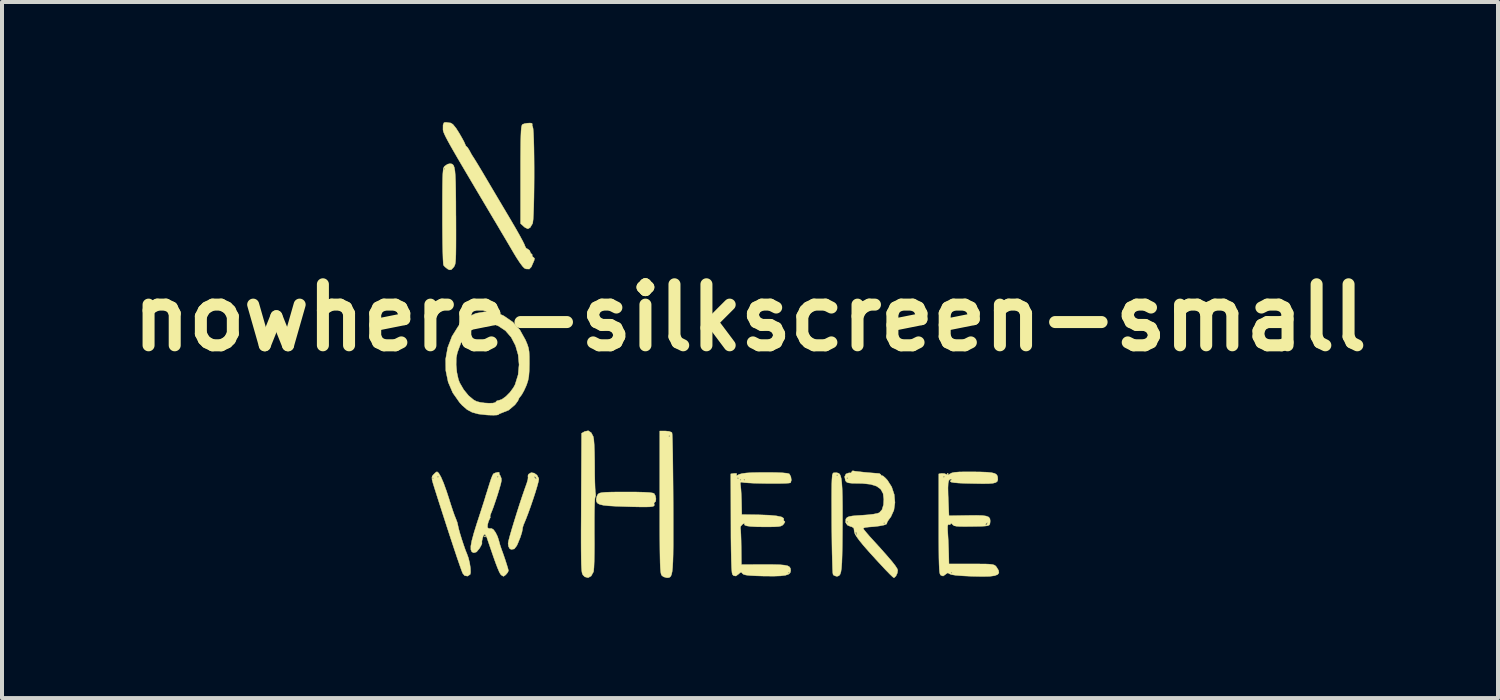
<source format=kicad_pcb>
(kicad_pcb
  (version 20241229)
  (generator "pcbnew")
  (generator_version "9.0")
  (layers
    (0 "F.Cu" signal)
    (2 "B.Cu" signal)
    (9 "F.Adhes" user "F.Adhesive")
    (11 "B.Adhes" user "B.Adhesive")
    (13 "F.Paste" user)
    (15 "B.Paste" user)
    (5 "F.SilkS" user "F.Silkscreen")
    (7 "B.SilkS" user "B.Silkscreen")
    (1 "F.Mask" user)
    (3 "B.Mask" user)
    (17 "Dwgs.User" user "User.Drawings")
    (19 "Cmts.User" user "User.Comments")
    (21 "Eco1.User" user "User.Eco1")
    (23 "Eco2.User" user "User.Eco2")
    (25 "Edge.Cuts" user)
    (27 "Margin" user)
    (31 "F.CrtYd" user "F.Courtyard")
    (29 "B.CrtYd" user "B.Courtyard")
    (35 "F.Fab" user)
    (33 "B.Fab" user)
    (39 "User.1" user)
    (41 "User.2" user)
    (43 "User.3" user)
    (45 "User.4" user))
  (footprint "nowhere-silkscreen-small"
    (layer "F.Cu")
    (at 15.683 4.885)
    (property "Reference" "nowhere-silkscreen-small" (at 0 0 0) (layer "F.SilkS") (effects (font (size 1.524 1.524) (thickness 0.3))))
    (attr through_hole)
    (fp_poly (pts (xy -6.604 5.461) (xy -6.62 5.479) (xy -6.636 5.461) (xy -6.62 5.443)) (stroke (width 0.01) (type solid)) (fill yes) (layer "F.SilkS"))
    (fp_poly (pts (xy 4.953 3.901) (xy 4.937 3.919) (xy 4.921 3.901) (xy 4.937 3.883)) (stroke (width 0.01) (type solid)) (fill yes) (layer "F.SilkS"))
    (fp_poly (pts (xy -5.446 -4.855) (xy -5.44 -4.838) (xy -5.441 -4.794) (xy -5.428 -4.77) (xy -5.418 -4.72) (xy -5.409 -4.608) (xy -5.402 -4.445) (xy -5.397 -4.242) (xy -5.394 -4.009) (xy -5.392 -3.758) (xy -5.392 -3.498) (xy -5.394 -3.241) (xy -5.397 -2.997) (xy -5.402 -2.777) (xy -5.409 -2.591) (xy -5.417 -2.451) (xy -5.427 -2.368) (xy -5.432 -2.352) (xy -5.49 -2.253) (xy -5.548 -2.22) (xy -5.619 -2.252) (xy -5.656 -2.283) (xy -5.731 -2.352) (xy -5.731 -3.572) (xy -5.731 -3.908) (xy -5.729 -4.178) (xy -5.727 -4.39) (xy -5.723 -4.55) (xy -5.718 -4.666) (xy -5.711 -4.745) (xy -5.701 -4.794) (xy -5.69 -4.821) (xy -5.683 -4.827) (xy -5.634 -4.846) (xy -5.564 -4.858) (xy -5.494 -4.862)) (stroke (width 0.01) (type solid)) (fill yes) (layer "F.SilkS"))
    (fp_poly (pts (xy -2.844 4.354) (xy -2.649 4.359) (xy -2.51 4.367) (xy -2.425 4.38) (xy -2.394 4.393) (xy -2.363 4.45) (xy -2.35 4.524) (xy -2.357 4.587) (xy -2.38 4.608) (xy -2.399 4.634) (xy -2.394 4.658) (xy -2.39 4.684) (xy -2.402 4.703) (xy -2.438 4.716) (xy -2.504 4.724) (xy -2.607 4.727) (xy -2.755 4.726) (xy -2.955 4.722) (xy -3.115 4.717) (xy -3.35 4.709) (xy -3.528 4.699) (xy -3.658 4.685) (xy -3.747 4.665) (xy -3.803 4.638) (xy -3.831 4.602) (xy -3.841 4.554) (xy -3.842 4.538) (xy -3.824 4.459) (xy -3.802 4.415) (xy -3.782 4.395) (xy -3.749 4.379) (xy -3.692 4.368) (xy -3.605 4.36) (xy -3.478 4.356) (xy -3.303 4.353) (xy -3.101 4.353)) (stroke (width 0.01) (type solid)) (fill yes) (layer "F.SilkS"))
    (fp_poly (pts (xy -3.966 2.873) (xy -3.915 2.971) (xy -3.902 3.042) (xy -3.892 3.174) (xy -3.885 3.356) (xy -3.881 3.576) (xy -3.88 3.708) (xy -3.879 3.918) (xy -3.875 4.104) (xy -3.87 4.253) (xy -3.864 4.353) (xy -3.858 4.39) (xy -3.855 4.451) (xy -3.866 4.474) (xy -3.875 4.522) (xy -3.881 4.634) (xy -3.886 4.801) (xy -3.888 5.012) (xy -3.888 5.26) (xy -3.888 5.386) (xy -3.886 5.65) (xy -3.888 5.886) (xy -3.892 6.085) (xy -3.898 6.235) (xy -3.906 6.327) (xy -3.91 6.347) (xy -3.968 6.452) (xy -4.044 6.494) (xy -4.126 6.472) (xy -4.171 6.428) (xy -4.183 6.407) (xy -4.194 6.376) (xy -4.202 6.327) (xy -4.208 6.254) (xy -4.213 6.152) (xy -4.216 6.013) (xy -4.218 5.833) (xy -4.219 5.603) (xy -4.219 5.319) (xy -4.217 4.974) (xy -4.216 4.624) (xy -4.207 2.887) (xy -4.131 2.843) (xy -4.04 2.823)) (stroke (width 0.01) (type solid)) (fill yes) (layer "F.SilkS"))
    (fp_poly (pts (xy -2.023 2.839) (xy -1.96 2.862) (xy -1.949 2.874) (xy -1.944 2.918) (xy -1.939 3.027) (xy -1.935 3.194) (xy -1.93 3.412) (xy -1.927 3.673) (xy -1.924 3.97) (xy -1.921 4.296) (xy -1.919 4.624) (xy -1.918 5.04) (xy -1.918 5.39) (xy -1.918 5.678) (xy -1.921 5.911) (xy -1.926 6.095) (xy -1.934 6.236) (xy -1.945 6.339) (xy -1.96 6.41) (xy -1.979 6.456) (xy -2.003 6.481) (xy -2.032 6.492) (xy -2.068 6.495) (xy -2.078 6.495) (xy -2.16 6.472) (xy -2.204 6.438) (xy -2.216 6.418) (xy -2.225 6.384) (xy -2.233 6.328) (xy -2.24 6.245) (xy -2.245 6.129) (xy -2.248 5.975) (xy -2.251 5.775) (xy -2.253 5.524) (xy -2.254 5.215) (xy -2.254 4.844) (xy -2.254 4.606) (xy -2.254 2.957) (xy -2.032 2.957) (xy -2.016 2.975) (xy -2 2.957) (xy -2.016 2.939) (xy -2.032 2.957) (xy -2.254 2.957) (xy -2.254 2.83) (xy -2.113 2.83)) (stroke (width 0.01) (type solid)) (fill yes) (layer "F.SilkS"))
    (fp_poly (pts (xy 2.211 3.885) (xy 2.239 3.906) (xy 2.261 3.95) (xy 2.279 4.021) (xy 2.292 4.127) (xy 2.301 4.273) (xy 2.307 4.467) (xy 2.31 4.715) (xy 2.31 5.022) (xy 2.308 5.375) (xy 2.305 5.684) (xy 2.3 5.929) (xy 2.294 6.116) (xy 2.284 6.253) (xy 2.27 6.348) (xy 2.25 6.409) (xy 2.224 6.442) (xy 2.191 6.456) (xy 2.157 6.459) (xy 2.094 6.436) (xy 2.074 6.413) (xy 2.067 6.368) (xy 2.061 6.258) (xy 2.056 6.093) (xy 2.05 5.882) (xy 2.046 5.633) (xy 2.043 5.355) (xy 2.041 5.129) (xy 2.04 4.796) (xy 2.039 4.528) (xy 2.04 4.318) (xy 2.042 4.159) (xy 2.046 4.044) (xy 2.052 3.965) (xy 2.056 3.937) (xy 2.159 3.937) (xy 2.175 3.955) (xy 2.191 3.937) (xy 2.175 3.919) (xy 2.159 3.937) (xy 2.056 3.937) (xy 2.06 3.915) (xy 2.071 3.888) (xy 2.084 3.876) (xy 2.09 3.874) (xy 2.165 3.872)) (stroke (width 0.01) (type solid)) (fill yes) (layer "F.SilkS"))
    (fp_poly (pts (xy -5.391 3.882) (xy -5.321 3.932) (xy -5.279 4.009) (xy -5.275 4.036) (xy -5.286 4.097) (xy -5.316 4.209) (xy -5.361 4.359) (xy -5.417 4.53) (xy -5.478 4.709) (xy -5.54 4.881) (xy -5.597 5.03) (xy -5.644 5.143) (xy -5.653 5.161) (xy -5.679 5.244) (xy -5.683 5.283) (xy -5.698 5.361) (xy -5.736 5.48) (xy -5.792 5.619) (xy -5.825 5.694) (xy -5.888 5.775) (xy -5.963 5.788) (xy -6.002 5.769) (xy -6.032 5.714) (xy -6.042 5.637) (xy -6.031 5.575) (xy -6.001 5.459) (xy -5.955 5.299) (xy -5.897 5.108) (xy -5.832 4.898) (xy -5.763 4.681) (xy -5.693 4.469) (xy -5.626 4.275) (xy -5.575 4.132) (xy -5.549 4.044) (xy -5.543 3.986) (xy -5.546 3.979) (xy -5.546 3.966) (xy -5.392 3.966) (xy -5.385 3.986) (xy -5.353 4.025) (xy -5.334 4.017) (xy -5.334 4.012) (xy -5.357 3.981) (xy -5.371 3.97) (xy -5.392 3.966) (xy -5.546 3.966) (xy -5.545 3.937) (xy -5.529 3.907) (xy -5.467 3.87)) (stroke (width 0.01) (type solid)) (fill yes) (layer "F.SilkS"))
    (fp_poly (pts (xy -7.463 -3.844) (xy -7.431 -3.832) (xy -7.405 -3.803) (xy -7.386 -3.75) (xy -7.371 -3.668) (xy -7.361 -3.547) (xy -7.354 -3.383) (xy -7.35 -3.167) (xy -7.347 -2.892) (xy -7.346 -2.553) (xy -7.345 -2.532) (xy -7.344 -2.206) (xy -7.344 -1.945) (xy -7.345 -1.741) (xy -7.347 -1.586) (xy -7.351 -1.472) (xy -7.357 -1.392) (xy -7.366 -1.337) (xy -7.379 -1.3) (xy -7.394 -1.273) (xy -7.409 -1.254) (xy -7.463 -1.199) (xy -7.51 -1.195) (xy -7.553 -1.217) (xy -7.62 -1.27) (xy -7.656 -1.312) (xy -7.662 -1.359) (xy -7.668 -1.47) (xy -7.673 -1.635) (xy -7.678 -1.845) (xy -7.681 -2.093) (xy -7.683 -2.368) (xy -7.683 -2.543) (xy -7.683 -2.869) (xy -7.682 -3.13) (xy -7.68 -3.333) (xy -7.677 -3.487) (xy -7.672 -3.599) (xy -7.665 -3.677) (xy -7.658 -3.719) (xy -7.652 -3.719) (xy -7.636 -3.701) (xy -7.62 -3.719) (xy -7.636 -3.737) (xy -7.652 -3.719) (xy -7.658 -3.719) (xy -7.656 -3.729) (xy -7.644 -3.762) (xy -7.628 -3.783) (xy -7.625 -3.786) (xy -7.554 -3.834) (xy -7.502 -3.846)) (stroke (width 0.01) (type solid)) (fill yes) (layer "F.SilkS"))
    (fp_poly (pts (xy -7.776 3.881) (xy -7.72 3.977) (xy -7.654 4.129) (xy -7.582 4.328) (xy -7.526 4.499) (xy -7.472 4.671) (xy -7.421 4.825) (xy -7.379 4.944) (xy -7.352 5.009) (xy -7.313 5.111) (xy -7.295 5.191) (xy -7.278 5.269) (xy -7.244 5.392) (xy -7.199 5.538) (xy -7.15 5.686) (xy -7.105 5.814) (xy -7.071 5.896) (xy -7.033 6.002) (xy -7.002 6.13) (xy -6.983 6.256) (xy -6.979 6.359) (xy -6.99 6.412) (xy -7.056 6.455) (xy -7.129 6.441) (xy -7.176 6.385) (xy -7.204 6.314) (xy -7.251 6.182) (xy -7.315 5.997) (xy -7.392 5.766) (xy -7.481 5.497) (xy -7.579 5.197) (xy -7.683 4.874) (xy -7.792 4.535) (xy -7.876 4.27) (xy -7.919 4.131) (xy -7.942 4.043) (xy -7.944 4.01) (xy -7.938 4.01) (xy -7.922 4.028) (xy -7.906 4.01) (xy -7.922 3.991) (xy -7.938 4.01) (xy -7.944 4.01) (xy -7.945 3.989) (xy -7.94 3.973) (xy -7.811 3.973) (xy -7.795 3.991) (xy -7.779 3.973) (xy -7.795 3.955) (xy -7.811 3.973) (xy -7.94 3.973) (xy -7.932 3.951) (xy -7.904 3.917) (xy -7.85 3.865) (xy -7.818 3.847)) (stroke (width 0.01) (type solid)) (fill yes) (layer "F.SilkS"))
    (fp_poly (pts (xy -7.515 -4.868) (xy -7.477 -4.864) (xy -7.421 -4.829) (xy -7.341 -4.731) (xy -7.263 -4.608) (xy -7.194 -4.488) (xy -7.141 -4.39) (xy -7.114 -4.328) (xy -7.112 -4.319) (xy -7.093 -4.283) (xy -7.087 -4.282) (xy -7.057 -4.253) (xy -7.012 -4.183) (xy -7.002 -4.164) (xy -6.958 -4.082) (xy -6.927 -4.032) (xy -6.924 -4.028) (xy -6.901 -3.993) (xy -6.848 -3.908) (xy -6.772 -3.783) (xy -6.679 -3.628) (xy -6.588 -3.474) (xy -6.454 -3.247) (xy -6.3 -2.987) (xy -6.142 -2.721) (xy -5.996 -2.475) (xy -5.945 -2.388) (xy -5.841 -2.21) (xy -5.751 -2.05) (xy -5.68 -1.919) (xy -5.635 -1.828) (xy -5.62 -1.787) (xy -5.593 -1.737) (xy -5.556 -1.716) (xy -5.505 -1.679) (xy -5.493 -1.647) (xy -5.473 -1.601) (xy -5.459 -1.597) (xy -5.439 -1.575) (xy -5.443 -1.564) (xy -5.434 -1.526) (xy -5.412 -1.51) (xy -5.382 -1.482) (xy -5.393 -1.428) (xy -5.402 -1.407) (xy -5.44 -1.321) (xy -5.461 -1.27) (xy -5.514 -1.215) (xy -5.597 -1.219) (xy -5.637 -1.238) (xy -5.68 -1.282) (xy -5.748 -1.373) (xy -5.829 -1.496) (xy -5.897 -1.608) (xy -5.984 -1.756) (xy -6.095 -1.945) (xy -6.22 -2.155) (xy -6.344 -2.366) (xy -6.405 -2.467) (xy -6.648 -2.877) (xy -6.858 -3.231) (xy -7.037 -3.534) (xy -7.188 -3.79) (xy -7.313 -4.003) (xy -7.414 -4.178) (xy -7.494 -4.319) (xy -7.555 -4.43) (xy -7.6 -4.516) (xy -7.631 -4.581) (xy -7.651 -4.629) (xy -7.663 -4.664) (xy -7.667 -4.692) (xy -7.668 -4.696) (xy -7.667 -4.814) (xy -7.643 -4.872) (xy -7.594 -4.88)) (stroke (width 0.01) (type solid)) (fill yes) (layer "F.SilkS"))
    (fp_poly (pts (xy -6.265 3.87) (xy -6.262 3.909) (xy -6.242 3.939) (xy -6.212 4.011) (xy -6.209 4.071) (xy -6.225 4.148) (xy -6.26 4.272) (xy -6.306 4.423) (xy -6.358 4.581) (xy -6.408 4.727) (xy -6.451 4.84) (xy -6.463 4.866) (xy -6.489 4.937) (xy -6.492 4.971) (xy -6.49 4.971) (xy -6.487 4.993) (xy -6.5 5.016) (xy -6.531 5.085) (xy -6.553 5.162) (xy -6.558 5.238) (xy -6.524 5.267) (xy -6.456 5.265) (xy -6.411 5.29) (xy -6.357 5.363) (xy -6.307 5.463) (xy -6.273 5.568) (xy -6.244 5.676) (xy -6.204 5.795) (xy -6.2 5.804) (xy -6.162 5.909) (xy -6.119 6.034) (xy -6.079 6.158) (xy -6.048 6.259) (xy -6.034 6.317) (xy -6.034 6.32) (xy -6.055 6.366) (xy -6.102 6.422) (xy -6.15 6.457) (xy -6.16 6.459) (xy -6.202 6.436) (xy -6.232 6.407) (xy -6.262 6.353) (xy -6.307 6.248) (xy -6.361 6.106) (xy -6.412 5.962) (xy -6.468 5.798) (xy -6.518 5.652) (xy -6.556 5.542) (xy -6.574 5.488) (xy -6.607 5.425) (xy -6.633 5.407) (xy -6.656 5.437) (xy -6.681 5.506) (xy -6.697 5.582) (xy -6.696 5.63) (xy -6.694 5.633) (xy -6.704 5.665) (xy -6.741 5.734) (xy -6.758 5.762) (xy -6.83 5.85) (xy -6.898 5.872) (xy -6.901 5.871) (xy -6.948 5.849) (xy -6.972 5.795) (xy -6.973 5.704) (xy -6.948 5.568) (xy -6.898 5.382) (xy -6.822 5.137) (xy -6.809 5.098) (xy -6.748 4.911) (xy -6.695 4.747) (xy -6.654 4.619) (xy -6.628 4.538) (xy -6.622 4.518) (xy -6.603 4.453) (xy -6.595 4.427) (xy -6.575 4.366) (xy -6.542 4.26) (xy -6.506 4.145) (xy -6.467 4.026) (xy -6.446 3.973) (xy -6.318 3.973) (xy -6.302 3.991) (xy -6.287 3.973) (xy -6.302 3.955) (xy -6.318 3.973) (xy -6.446 3.973) (xy -6.431 3.937) (xy -6.409 3.898) (xy -6.364 3.877) (xy -6.309 3.863) (xy -6.269 3.86)) (stroke (width 0.01) (type solid)) (fill yes) (layer "F.SilkS"))
    (fp_poly (pts (xy -6.401 -0.132) (xy -6.185 -0.063) (xy -6.144 -0.042) (xy -5.924 0.11) (xy -5.748 0.307) (xy -5.609 0.556) (xy -5.563 0.664) (xy -5.534 0.754) (xy -5.518 0.848) (xy -5.512 0.969) (xy -5.511 1.139) (xy -5.511 1.148) (xy -5.515 1.331) (xy -5.525 1.463) (xy -5.545 1.568) (xy -5.577 1.667) (xy -5.595 1.712) (xy -5.648 1.827) (xy -5.699 1.918) (xy -5.727 1.956) (xy -5.769 2.009) (xy -5.779 2.035) (xy -5.799 2.078) (xy -5.85 2.148) (xy -5.873 2.177) (xy -6.029 2.309) (xy -6.205 2.379) (xy -6.265 2.404) (xy -6.284 2.421) (xy -6.322 2.431) (xy -6.408 2.435) (xy -6.526 2.432) (xy -6.588 2.428) (xy -6.786 2.405) (xy -6.94 2.363) (xy -7.067 2.295) (xy -7.186 2.192) (xy -7.253 2.119) (xy -7.424 1.876) (xy -7.539 1.608) (xy -7.598 1.324) (xy -7.6 1.181) (xy -7.34 1.181) (xy -7.322 1.367) (xy -7.285 1.537) (xy -7.254 1.621) (xy -7.153 1.796) (xy -7.03 1.947) (xy -6.9 2.055) (xy -6.828 2.092) (xy -6.737 2.115) (xy -6.628 2.13) (xy -6.518 2.136) (xy -6.423 2.133) (xy -6.363 2.119) (xy -6.35 2.105) (xy -6.323 2.076) (xy -6.282 2.068) (xy -6.198 2.04) (xy -6.096 1.966) (xy -5.994 1.863) (xy -5.908 1.745) (xy -5.868 1.671) (xy -5.792 1.426) (xy -5.768 1.173) (xy -5.791 0.926) (xy -5.858 0.694) (xy -5.965 0.489) (xy -6.109 0.323) (xy -6.286 0.206) (xy -6.353 0.18) (xy -6.517 0.149) (xy -6.677 0.156) (xy -6.785 0.189) (xy -6.865 0.238) (xy -6.954 0.303) (xy -7.036 0.374) (xy -7.097 0.436) (xy -7.123 0.478) (xy -7.122 0.485) (xy -7.126 0.506) (xy -7.138 0.508) (xy -7.172 0.538) (xy -7.213 0.614) (xy -7.225 0.644) (xy -7.268 0.757) (xy -7.305 0.859) (xy -7.31 0.871) (xy -7.337 1.006) (xy -7.34 1.181) (xy -7.6 1.181) (xy -7.602 1.033) (xy -7.55 0.744) (xy -7.443 0.465) (xy -7.281 0.205) (xy -7.207 0.116) (xy -7.043 -0.021) (xy -6.844 -0.109) (xy -6.626 -0.147)) (stroke (width 0.01) (type solid)) (fill yes) (layer "F.SilkS"))
    (fp_poly (pts (xy 2.58 3.826) (xy 2.626 3.835) (xy 2.721 3.846) (xy 2.851 3.86) (xy 3.001 3.874) (xy 3.157 3.886) (xy 3.231 3.892) (xy 3.268 3.918) (xy 3.27 3.931) (xy 3.285 3.949) (xy 3.291 3.943) (xy 3.323 3.953) (xy 3.382 4.005) (xy 3.431 4.058) (xy 3.538 4.226) (xy 3.602 4.418) (xy 3.62 4.618) (xy 3.593 4.808) (xy 3.518 4.973) (xy 3.492 5.007) (xy 3.441 5.078) (xy 3.419 5.124) (xy 3.42 5.13) (xy 3.41 5.154) (xy 3.347 5.179) (xy 3.238 5.201) (xy 3.093 5.219) (xy 2.961 5.229) (xy 2.878 5.239) (xy 2.831 5.255) (xy 2.826 5.262) (xy 2.847 5.296) (xy 2.906 5.368) (xy 2.99 5.466) (xy 3.056 5.538) (xy 3.261 5.763) (xy 3.422 5.945) (xy 3.543 6.086) (xy 3.625 6.191) (xy 3.673 6.264) (xy 3.689 6.305) (xy 3.679 6.378) (xy 3.645 6.451) (xy 3.602 6.493) (xy 3.592 6.495) (xy 3.561 6.472) (xy 3.496 6.41) (xy 3.41 6.322) (xy 3.381 6.292) (xy 3.156 6.05) (xy 2.976 5.852) (xy 2.835 5.691) (xy 2.732 5.565) (xy 2.661 5.467) (xy 2.62 5.394) (xy 2.617 5.385) (xy 2.638 5.385) (xy 2.644 5.432) (xy 2.654 5.433) (xy 2.662 5.384) (xy 2.657 5.363) (xy 2.643 5.35) (xy 2.638 5.385) (xy 2.617 5.385) (xy 2.604 5.34) (xy 2.603 5.331) (xy 2.592 5.255) (xy 2.544 5.223) (xy 2.519 5.218) (xy 2.434 5.182) (xy 2.402 5.134) (xy 3.334 5.134) (xy 3.35 5.153) (xy 3.365 5.134) (xy 3.35 5.116) (xy 3.334 5.134) (xy 2.402 5.134) (xy 2.388 5.114) (xy 2.389 5.098) (xy 2.413 5.098) (xy 2.429 5.116) (xy 2.445 5.098) (xy 2.429 5.08) (xy 2.413 5.098) (xy 2.389 5.098) (xy 2.393 5.032) (xy 2.401 5.016) (xy 2.427 4.988) (xy 2.475 4.967) (xy 2.557 4.952) (xy 2.684 4.941) (xy 2.797 4.934) (xy 2.949 4.923) (xy 3.083 4.907) (xy 3.183 4.887) (xy 3.228 4.871) (xy 3.297 4.795) (xy 3.334 4.672) (xy 3.342 4.532) (xy 3.324 4.392) (xy 3.266 4.285) (xy 3.163 4.209) (xy 3.011 4.161) (xy 2.805 4.139) (xy 2.686 4.137) (xy 2.551 4.135) (xy 2.466 4.126) (xy 2.416 4.109) (xy 2.388 4.078) (xy 2.382 4.067) (xy 2.371 4.01) (xy 2.413 4.01) (xy 2.429 4.028) (xy 2.445 4.01) (xy 2.429 3.991) (xy 2.413 4.01) (xy 2.371 4.01) (xy 2.363 3.971) (xy 2.396 3.903) (xy 2.473 3.875) (xy 2.516 3.878) (xy 2.539 3.855) (xy 2.54 3.847) (xy 2.563 3.824)) (stroke (width 0.01) (type solid)) (fill yes) (layer "F.SilkS"))
    (fp_poly (pts (xy 0.637 3.867) (xy 0.806 3.874) (xy 0.922 3.885) (xy 0.979 3.9) (xy 0.983 3.903) (xy 1.02 3.974) (xy 1.032 4.057) (xy 1.015 4.117) (xy 1.009 4.124) (xy 0.967 4.131) (xy 0.874 4.137) (xy 0.742 4.14) (xy 0.585 4.141) (xy 0.416 4.14) (xy 0.245 4.137) (xy 0.087 4.133) (xy -0.047 4.126) (xy -0.143 4.119) (xy -0.182 4.112) (xy -0.231 4.106) (xy -0.243 4.14) (xy -0.236 4.196) (xy -0.227 4.281) (xy -0.219 4.413) (xy -0.213 4.568) (xy -0.212 4.608) (xy -0.206 4.917) (xy 0.24 4.924) (xy 0.484 4.933) (xy 0.666 4.951) (xy 0.785 4.976) (xy 0.841 5.011) (xy 0.841 5.044) (xy 0.846 5.077) (xy 0.86 5.08) (xy 0.873 5.101) (xy 0.841 5.153) (xy 0.812 5.183) (xy 0.771 5.204) (xy 0.708 5.216) (xy 0.61 5.222) (xy 0.467 5.225) (xy 0.384 5.225) (xy 0.172 5.222) (xy 0.019 5.214) (xy -0.081 5.2) (xy -0.133 5.18) (xy -0.142 5.152) (xy -0.139 5.146) (xy -0.147 5.136) (xy -0.188 5.159) (xy -0.233 5.211) (xy -0.24 5.251) (xy -0.234 5.303) (xy -0.228 5.411) (xy -0.223 5.56) (xy -0.22 5.731) (xy -0.215 6.167) (xy 0.355 6.165) (xy 0.577 6.166) (xy 0.743 6.17) (xy 0.862 6.181) (xy 0.941 6.198) (xy 0.988 6.226) (xy 1.01 6.264) (xy 1.016 6.316) (xy 1.016 6.319) (xy 1.003 6.37) (xy 0.961 6.408) (xy 0.883 6.434) (xy 0.762 6.449) (xy 0.592 6.455) (xy 0.365 6.453) (xy 0.34 6.453) (xy 0.142 6.447) (xy -0.002 6.439) (xy -0.099 6.428) (xy -0.157 6.413) (xy -0.187 6.393) (xy -0.19 6.388) (xy -0.207 6.368) (xy 0.953 6.368) (xy 0.968 6.386) (xy 0.984 6.368) (xy 0.968 6.35) (xy 0.953 6.368) (xy -0.207 6.368) (xy -0.218 6.355) (xy -0.256 6.375) (xy -0.278 6.397) (xy -0.352 6.452) (xy -0.41 6.443) (xy -0.44 6.411) (xy -0.451 6.362) (xy -0.46 6.247) (xy -0.467 6.065) (xy -0.472 5.815) (xy -0.476 5.494) (xy -0.477 5.132) (xy -0.48 4.046) (xy -0.254 4.046) (xy -0.238 4.064) (xy -0.222 4.046) (xy -0.159 4.046) (xy -0.143 4.064) (xy -0.127 4.046) (xy -0.143 4.028) (xy -0.159 4.046) (xy -0.222 4.046) (xy -0.238 4.028) (xy -0.254 4.046) (xy -0.48 4.046) (xy -0.48 4.01) (xy -0.318 4.01) (xy -0.302 4.028) (xy -0.286 4.01) (xy -0.302 3.991) (xy -0.318 4.01) (xy -0.48 4.01) (xy -0.48 3.901) (xy -0.395 3.889) (xy -0.337 3.889) (xy -0.333 3.918) (xy -0.335 3.922) (xy -0.341 3.949) (xy -0.322 3.94) (xy -0.271 3.913) (xy -0.198 3.893) (xy -0.095 3.879) (xy 0.046 3.87) (xy 0.235 3.866) (xy 0.419 3.865)) (stroke (width 0.01) (type solid)) (fill yes) (layer "F.SilkS"))
    (fp_poly (pts (xy 5.539 3.85) (xy 5.756 3.853) (xy 5.918 3.859) (xy 6.033 3.871) (xy 6.11 3.889) (xy 6.155 3.916) (xy 6.179 3.954) (xy 6.186 3.988) (xy 6.189 4.046) (xy 6.175 4.088) (xy 6.137 4.117) (xy 6.066 4.135) (xy 5.955 4.144) (xy 5.795 4.145) (xy 5.611 4.142) (xy 5.384 4.137) (xy 5.215 4.13) (xy 5.098 4.12) (xy 5.028 4.107) (xy 5.001 4.091) (xy 5.009 4.069) (xy 5.02 4.061) (xy 5.043 4.034) (xy 5.032 4.029) (xy 4.991 4.037) (xy 4.964 4.07) (xy 4.949 4.137) (xy 4.944 4.25) (xy 4.947 4.42) (xy 4.951 4.515) (xy 4.969 4.947) (xy 5.447 4.939) (xy 5.651 4.937) (xy 5.799 4.941) (xy 5.9 4.955) (xy 5.962 4.98) (xy 5.992 5.02) (xy 5.999 5.077) (xy 5.995 5.123) (xy 5.989 5.156) (xy 5.973 5.18) (xy 5.938 5.195) (xy 5.873 5.204) (xy 5.769 5.21) (xy 5.614 5.213) (xy 5.54 5.214) (xy 5.36 5.216) (xy 5.232 5.214) (xy 5.147 5.207) (xy 5.095 5.193) (xy 5.085 5.186) (xy 5.882 5.186) (xy 5.886 5.189) (xy 5.915 5.163) (xy 5.921 5.153) (xy 5.929 5.119) (xy 5.925 5.116) (xy 5.896 5.142) (xy 5.89 5.153) (xy 5.882 5.186) (xy 5.085 5.186) (xy 5.064 5.172) (xy 5.056 5.162) (xy 5.025 5.131) (xy 5.016 5.144) (xy 4.994 5.171) (xy 4.97 5.166) (xy 4.947 5.167) (xy 4.935 5.203) (xy 4.935 5.289) (xy 4.941 5.394) (xy 4.951 5.572) (xy 4.959 5.771) (xy 4.963 5.896) (xy 4.969 6.15) (xy 5.535 6.15) (xy 5.737 6.151) (xy 5.886 6.152) (xy 5.99 6.157) (xy 6.06 6.166) (xy 6.105 6.18) (xy 6.134 6.201) (xy 6.158 6.23) (xy 6.163 6.238) (xy 6.208 6.314) (xy 6.216 6.373) (xy 6.184 6.415) (xy 6.108 6.444) (xy 5.982 6.46) (xy 5.802 6.464) (xy 5.563 6.459) (xy 5.55 6.459) (xy 5.317 6.448) (xy 5.146 6.435) (xy 5.035 6.418) (xy 4.982 6.398) (xy 4.98 6.396) (xy 4.94 6.372) (xy 4.89 6.404) (xy 4.882 6.412) (xy 4.822 6.453) (xy 4.769 6.435) (xy 4.754 6.42) (xy 4.742 6.391) (xy 4.738 6.368) (xy 5.016 6.368) (xy 5.032 6.386) (xy 5.048 6.368) (xy 5.032 6.35) (xy 5.016 6.368) (xy 4.738 6.368) (xy 4.733 6.341) (xy 4.727 6.264) (xy 4.722 6.151) (xy 4.718 5.996) (xy 4.716 5.792) (xy 4.715 5.531) (xy 4.715 5.205) (xy 4.715 5.149) (xy 4.715 3.973) (xy 4.826 3.973) (xy 4.842 3.991) (xy 4.858 3.973) (xy 4.842 3.955) (xy 4.826 3.973) (xy 4.715 3.973) (xy 4.715 3.901) (xy 4.788 3.889) (xy 4.862 3.894) (xy 4.899 3.913) (xy 4.955 3.925) (xy 4.999 3.898) (xy 5.04 3.877) (xy 5.112 3.862) (xy 5.222 3.853) (xy 5.379 3.85)) (stroke (width 0.01) (type solid)) (fill yes) (layer "F.SilkS")))
  (gr_rect
    (start -3 -3)
    (end 34.365 14.385)
    (stroke (width 0.1) (type default))
    (fill no)
    (layer "Edge.Cuts")))
</source>
